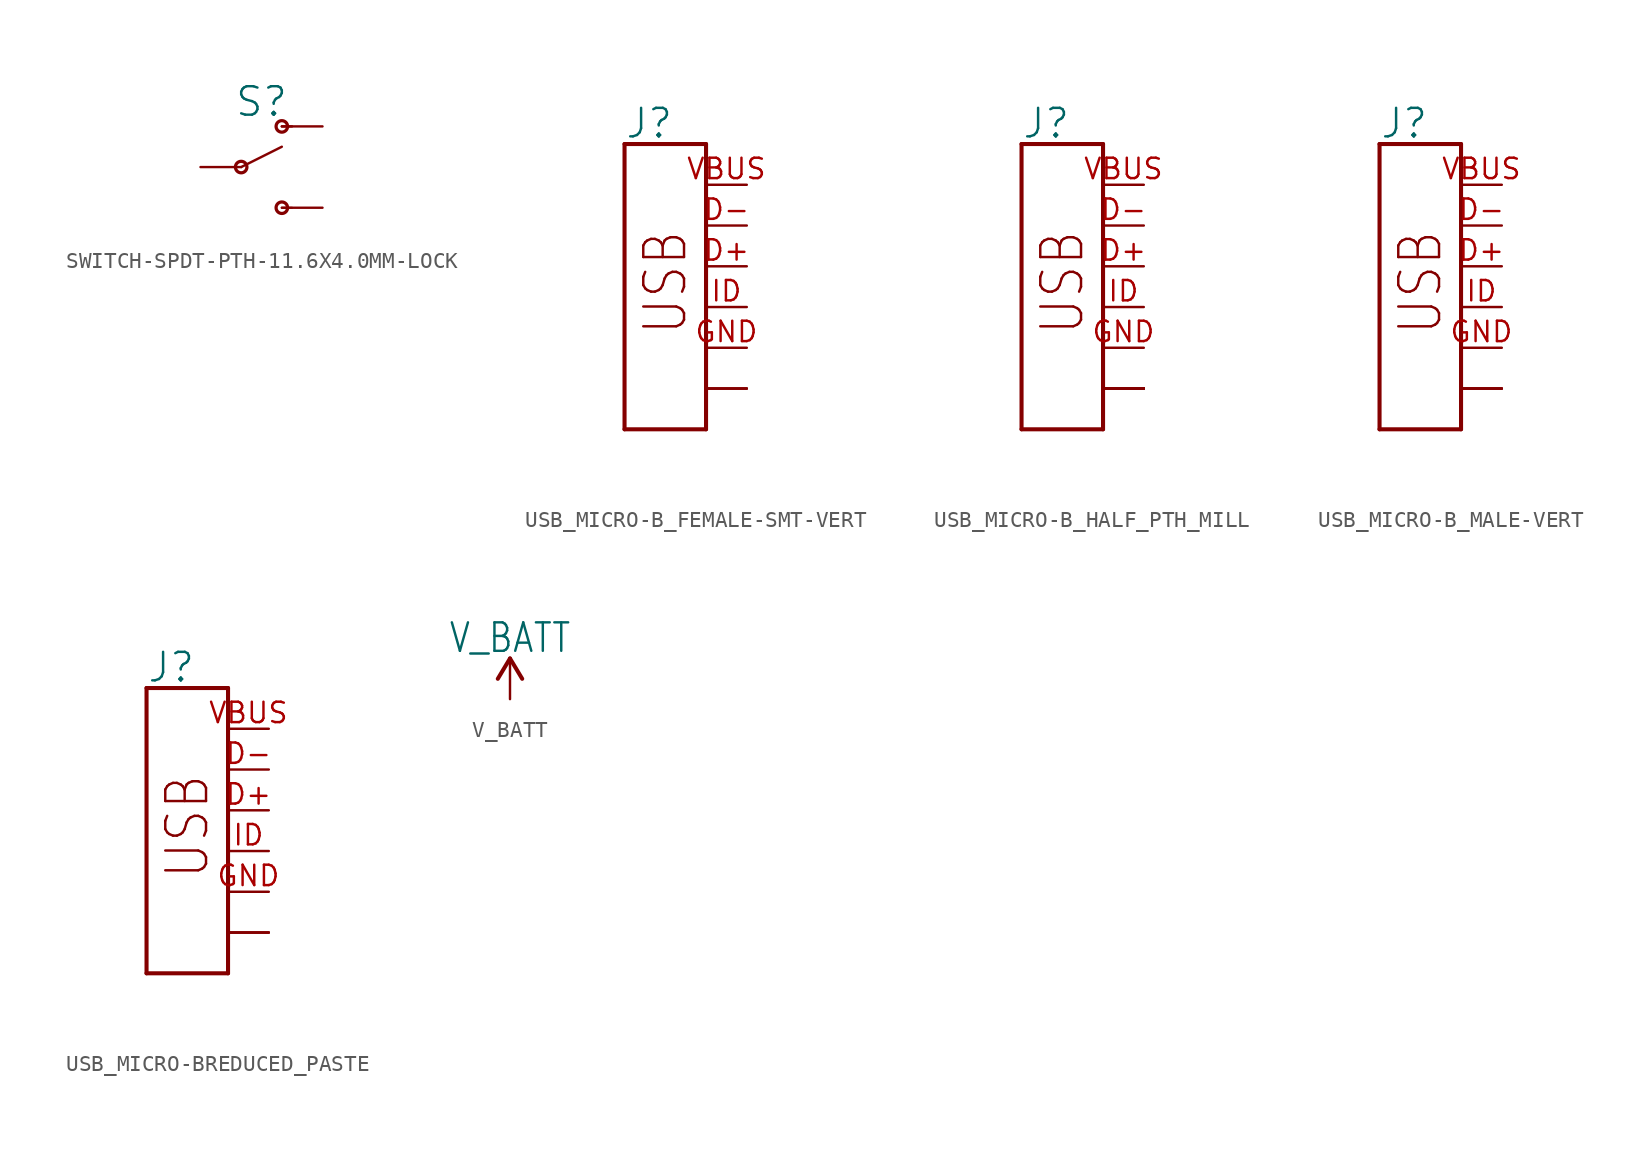
<source format=kicad_sym>
(kicad_symbol_lib
  (version 20220914)
  (generator kicad_symbol_editor)
  (symbol "SWITCH-SPDT-PTH-11.6X4.0MM-LOCK"
    (property "Reference" "S"
      (at 1.27 3.048 0)
      (effects (font (size 1.778 1.778)) (justify bottom)))
    (property "Value" ""
      (at 1.016 -3.302 0)
      (effects (font (size 1.778 1.778)) (justify top)))
    (property "ki_locked" ""
      (at 0 0 0)
      (effects (font (size 1.27 1.27))))
    (symbol "SWITCH-SPDT-PTH-11.6X4.0MM-LOCK_1_0"
      (polyline (pts (xy 0 0) (xy 2.54 1.27)) (stroke (width 0.152) (type solid)) (fill (type none)))
      (polyline (pts (xy 2.54 -2.54) (xy 3.175 -2.54)) (stroke (width 0.127) (type solid)) (fill (type none)))
      (polyline (pts (xy 2.54 2.54) (xy 3.175 2.54)) (stroke (width 0.152) (type solid)) (fill (type none)))
      (circle (center 0 0) (radius 0.359) (stroke (width 0.203) (type solid)) (fill (type none)))
      (circle (center 2.54 -2.54) (radius 0.359) (stroke (width 0.203) (type solid)) (fill (type none)))
      (circle (center 2.54 2.54) (radius 0.359) (stroke (width 0.203) (type solid)) (fill (type none)))
      (pin passive line (at 5.08 2.54 180) (length 2.54) (name "O" (effects (font (size 0 0)))) (number "1" (effects (font (size 0 0)))))
      (pin passive line (at -2.54 0 0) (length 2.54) (name "P" (effects (font (size 0 0)))) (number "2" (effects (font (size 0 0)))))
      (pin passive line (at 5.08 -2.54 180) (length 2.54) (name "S" (effects (font (size 0 0)))) (number "3" (effects (font (size 0 0)))))))
  (symbol "USB_MICRO-B_FEMALE-SMT-VERT"
    (property "Reference" "J"
      (at -2.54 10.414 0)
      (effects (font (size 1.778 1.778)) (justify left bottom)))
    (property "Value" ""
      (at -2.54 -9.906 0)
      (effects (font (size 1.778 1.778)) (justify left bottom)))
    (property "ki_locked" ""
      (at 0 0 0)
      (effects (font (size 1.27 1.27))))
    (symbol "USB_MICRO-B_FEMALE-SMT-VERT_1_0"
      (polyline (pts (xy -2.54 -7.62) (xy -2.54 10.16)) (stroke (width 0.254) (type solid)) (fill (type none)))
      (polyline (pts (xy -2.54 -7.62) (xy 2.54 -7.62)) (stroke (width 0.254) (type solid)) (fill (type none)))
      (polyline (pts (xy 2.54 -7.62) (xy 2.54 10.16)) (stroke (width 0.254) (type solid)) (fill (type none)))
      (polyline (pts (xy 2.54 10.16) (xy -2.54 10.16)) (stroke (width 0.254) (type solid)) (fill (type none)))
      (text "USB" (at 0 1.524 900) (effects (font (size 2.54 2.159))))
      (pin bidirectional line (at 5.08 2.54 180) (length 2.54) (name "D+" (effects (font (size 0 0)))) (number "D+" (effects (font (size 1.27 1.27)))))
      (pin bidirectional line (at 5.08 5.08 180) (length 2.54) (name "D-" (effects (font (size 0 0)))) (number "D-" (effects (font (size 1.27 1.27)))))
      (pin power_in line (at 5.08 -2.54 180) (length 2.54) (name "GND" (effects (font (size 0 0)))) (number "GND" (effects (font (size 1.27 1.27)))))
      (pin bidirectional line (at 5.08 0 180) (length 2.54) (name "ID" (effects (font (size 0 0)))) (number "ID" (effects (font (size 1.27 1.27)))))
      (pin bidirectional line (at 5.08 -5.08 180) (length 2.54) (name "SHIELD" (effects (font (size 0 0)))) (number "P1" (effects (font (size 0 0)))))
      (pin bidirectional line (at 5.08 -5.08 180) (length 2.54) (name "SHIELD" (effects (font (size 0 0)))) (number "P2" (effects (font (size 0 0)))))
      (pin bidirectional line (at 5.08 -5.08 180) (length 2.54) (name "SHIELD" (effects (font (size 0 0)))) (number "P3" (effects (font (size 0 0)))))
      (pin power_in line (at 5.08 7.62 180) (length 2.54) (name "VBUS" (effects (font (size 0 0)))) (number "VBUS" (effects (font (size 1.27 1.27)))))))
  (symbol "USB_MICRO-B_HALF_PTH_MILL"
    (property "Reference" "J"
      (at -2.54 10.414 0)
      (effects (font (size 1.778 1.778)) (justify left bottom)))
    (property "Value" ""
      (at -2.54 -9.906 0)
      (effects (font (size 1.778 1.778)) (justify left bottom)))
    (property "ki_locked" ""
      (at 0 0 0)
      (effects (font (size 1.27 1.27))))
    (symbol "USB_MICRO-B_HALF_PTH_MILL_1_0"
      (polyline (pts (xy -2.54 -7.62) (xy -2.54 10.16)) (stroke (width 0.254) (type solid)) (fill (type none)))
      (polyline (pts (xy -2.54 -7.62) (xy 2.54 -7.62)) (stroke (width 0.254) (type solid)) (fill (type none)))
      (polyline (pts (xy 2.54 -7.62) (xy 2.54 10.16)) (stroke (width 0.254) (type solid)) (fill (type none)))
      (polyline (pts (xy 2.54 10.16) (xy -2.54 10.16)) (stroke (width 0.254) (type solid)) (fill (type none)))
      (text "USB" (at 0 1.524 900) (effects (font (size 2.54 2.159))))
      (pin bidirectional line (at 5.08 2.54 180) (length 2.54) (name "D+" (effects (font (size 0 0)))) (number "D+" (effects (font (size 1.27 1.27)))))
      (pin bidirectional line (at 5.08 5.08 180) (length 2.54) (name "D-" (effects (font (size 0 0)))) (number "D-" (effects (font (size 1.27 1.27)))))
      (pin power_in line (at 5.08 -2.54 180) (length 2.54) (name "GND" (effects (font (size 0 0)))) (number "GND" (effects (font (size 1.27 1.27)))))
      (pin bidirectional line (at 5.08 0 180) (length 2.54) (name "ID" (effects (font (size 0 0)))) (number "ID" (effects (font (size 1.27 1.27)))))
      (pin bidirectional line (at 5.08 -5.08 180) (length 2.54) (name "SHIELD" (effects (font (size 0 0)))) (number "SHIELD" (effects (font (size 0 0)))))
      (pin bidirectional line (at 5.08 -5.08 180) (length 2.54) (name "SHIELD" (effects (font (size 0 0)))) (number "SHIELD10" (effects (font (size 0 0)))))
      (pin bidirectional line (at 5.08 -5.08 180) (length 2.54) (name "SHIELD" (effects (font (size 0 0)))) (number "SHIELD2" (effects (font (size 0 0)))))
      (pin bidirectional line (at 5.08 -5.08 180) (length 2.54) (name "SHIELD" (effects (font (size 0 0)))) (number "SHIELD3" (effects (font (size 0 0)))))
      (pin bidirectional line (at 5.08 -5.08 180) (length 2.54) (name "SHIELD" (effects (font (size 0 0)))) (number "SHIELD4" (effects (font (size 0 0)))))
      (pin bidirectional line (at 5.08 -5.08 180) (length 2.54) (name "SHIELD" (effects (font (size 0 0)))) (number "SHIELD5" (effects (font (size 0 0)))))
      (pin bidirectional line (at 5.08 -5.08 180) (length 2.54) (name "SHIELD" (effects (font (size 0 0)))) (number "SHIELD6" (effects (font (size 0 0)))))
      (pin bidirectional line (at 5.08 -5.08 180) (length 2.54) (name "SHIELD" (effects (font (size 0 0)))) (number "SHIELD7" (effects (font (size 0 0)))))
      (pin bidirectional line (at 5.08 -5.08 180) (length 2.54) (name "SHIELD" (effects (font (size 0 0)))) (number "SHIELD8" (effects (font (size 0 0)))))
      (pin bidirectional line (at 5.08 -5.08 180) (length 2.54) (name "SHIELD" (effects (font (size 0 0)))) (number "SHIELD9" (effects (font (size 0 0)))))
      (pin power_in line (at 5.08 7.62 180) (length 2.54) (name "VBUS" (effects (font (size 0 0)))) (number "VBUS" (effects (font (size 1.27 1.27)))))))
  (symbol "USB_MICRO-B_MALE-VERT"
    (property "Reference" "J"
      (at -2.54 10.414 0)
      (effects (font (size 1.778 1.778)) (justify left bottom)))
    (property "Value" ""
      (at -2.54 -9.906 0)
      (effects (font (size 1.778 1.778)) (justify left bottom)))
    (property "ki_locked" ""
      (at 0 0 0)
      (effects (font (size 1.27 1.27))))
    (symbol "USB_MICRO-B_MALE-VERT_1_0"
      (polyline (pts (xy -2.54 -7.62) (xy -2.54 10.16)) (stroke (width 0.254) (type solid)) (fill (type none)))
      (polyline (pts (xy -2.54 -7.62) (xy 2.54 -7.62)) (stroke (width 0.254) (type solid)) (fill (type none)))
      (polyline (pts (xy 2.54 -7.62) (xy 2.54 10.16)) (stroke (width 0.254) (type solid)) (fill (type none)))
      (polyline (pts (xy 2.54 10.16) (xy -2.54 10.16)) (stroke (width 0.254) (type solid)) (fill (type none)))
      (text "USB" (at 0 1.524 900) (effects (font (size 2.54 2.159))))
      (pin bidirectional line (at 5.08 2.54 180) (length 2.54) (name "D+" (effects (font (size 0 0)))) (number "D+" (effects (font (size 1.27 1.27)))))
      (pin bidirectional line (at 5.08 5.08 180) (length 2.54) (name "D-" (effects (font (size 0 0)))) (number "D-" (effects (font (size 1.27 1.27)))))
      (pin power_in line (at 5.08 -2.54 180) (length 2.54) (name "GND" (effects (font (size 0 0)))) (number "GND" (effects (font (size 1.27 1.27)))))
      (pin bidirectional line (at 5.08 0 180) (length 2.54) (name "ID" (effects (font (size 0 0)))) (number "ID" (effects (font (size 1.27 1.27)))))
      (pin bidirectional line (at 5.08 -5.08 180) (length 2.54) (name "SHIELD" (effects (font (size 0 0)))) (number "SHLD1" (effects (font (size 0 0)))))
      (pin bidirectional line (at 5.08 -5.08 180) (length 2.54) (name "SHIELD" (effects (font (size 0 0)))) (number "SHLD2" (effects (font (size 0 0)))))
      (pin bidirectional line (at 5.08 -5.08 180) (length 2.54) (name "SHIELD" (effects (font (size 0 0)))) (number "SHLD3" (effects (font (size 0 0)))))
      (pin bidirectional line (at 5.08 -5.08 180) (length 2.54) (name "SHIELD" (effects (font (size 0 0)))) (number "SHLD4" (effects (font (size 0 0)))))
      (pin power_in line (at 5.08 7.62 180) (length 2.54) (name "VBUS" (effects (font (size 0 0)))) (number "VBUS" (effects (font (size 1.27 1.27)))))))
  (symbol "USB_MICRO-BREDUCED_PASTE"
    (property "Reference" "J"
      (at -2.54 10.414 0)
      (effects (font (size 1.778 1.778)) (justify left bottom)))
    (property "Value" ""
      (at -2.54 -9.906 0)
      (effects (font (size 1.778 1.778)) (justify left bottom)))
    (property "ki_locked" ""
      (at 0 0 0)
      (effects (font (size 1.27 1.27))))
    (symbol "USB_MICRO-BREDUCED_PASTE_1_0"
      (polyline (pts (xy -2.54 -7.62) (xy -2.54 10.16)) (stroke (width 0.254) (type solid)) (fill (type none)))
      (polyline (pts (xy -2.54 -7.62) (xy 2.54 -7.62)) (stroke (width 0.254) (type solid)) (fill (type none)))
      (polyline (pts (xy 2.54 -7.62) (xy 2.54 10.16)) (stroke (width 0.254) (type solid)) (fill (type none)))
      (polyline (pts (xy 2.54 10.16) (xy -2.54 10.16)) (stroke (width 0.254) (type solid)) (fill (type none)))
      (text "USB" (at 0 1.524 900) (effects (font (size 2.54 2.159))))
      (pin bidirectional line (at 5.08 2.54 180) (length 2.54) (name "D+" (effects (font (size 0 0)))) (number "D+" (effects (font (size 1.27 1.27)))))
      (pin bidirectional line (at 5.08 5.08 180) (length 2.54) (name "D-" (effects (font (size 0 0)))) (number "D-" (effects (font (size 1.27 1.27)))))
      (pin power_in line (at 5.08 -2.54 180) (length 2.54) (name "GND" (effects (font (size 0 0)))) (number "GND" (effects (font (size 1.27 1.27)))))
      (pin bidirectional line (at 5.08 0 180) (length 2.54) (name "ID" (effects (font (size 0 0)))) (number "ID" (effects (font (size 1.27 1.27)))))
      (pin bidirectional line (at 5.08 -5.08 180) (length 2.54) (name "SHIELD" (effects (font (size 0 0)))) (number "SHIELD1" (effects (font (size 0 0)))))
      (pin bidirectional line (at 5.08 -5.08 180) (length 2.54) (name "SHIELD" (effects (font (size 0 0)))) (number "SHIELD2" (effects (font (size 0 0)))))
      (pin bidirectional line (at 5.08 -5.08 180) (length 2.54) (name "SHIELD" (effects (font (size 0 0)))) (number "SHIELD3" (effects (font (size 0 0)))))
      (pin power_in line (at 5.08 7.62 180) (length 2.54) (name "VBUS" (effects (font (size 0 0)))) (number "VBUS" (effects (font (size 1.27 1.27)))))))
  (symbol "V_BATT"
    (power)
    (property "Reference" "#SUPPLY"
      (at 0 0 0)
      (effects (font (size 1.27 1.27)) hide))
    (property "Value" "V_BATT"
      (at 0 2.794 0)
      (effects (font (size 1.778 1.511)) (justify bottom)))
    (property "ki_locked" ""
      (at 0 0 0)
      (effects (font (size 1.27 1.27))))
    (symbol "V_BATT_1_0"
      (polyline (pts (xy 0 2.54) (xy -0.762 1.27)) (stroke (width 0.254) (type solid)) (fill (type none)))
      (polyline (pts (xy 0.762 1.27) (xy 0 2.54)) (stroke (width 0.254) (type solid)) (fill (type none)))
      (pin power_in line (at 0 0 90) (length 2.54) (name "V_BATT" (effects (font (size 0 0)))) (number "1" (effects (font (size 0 0))))))))
</source>
